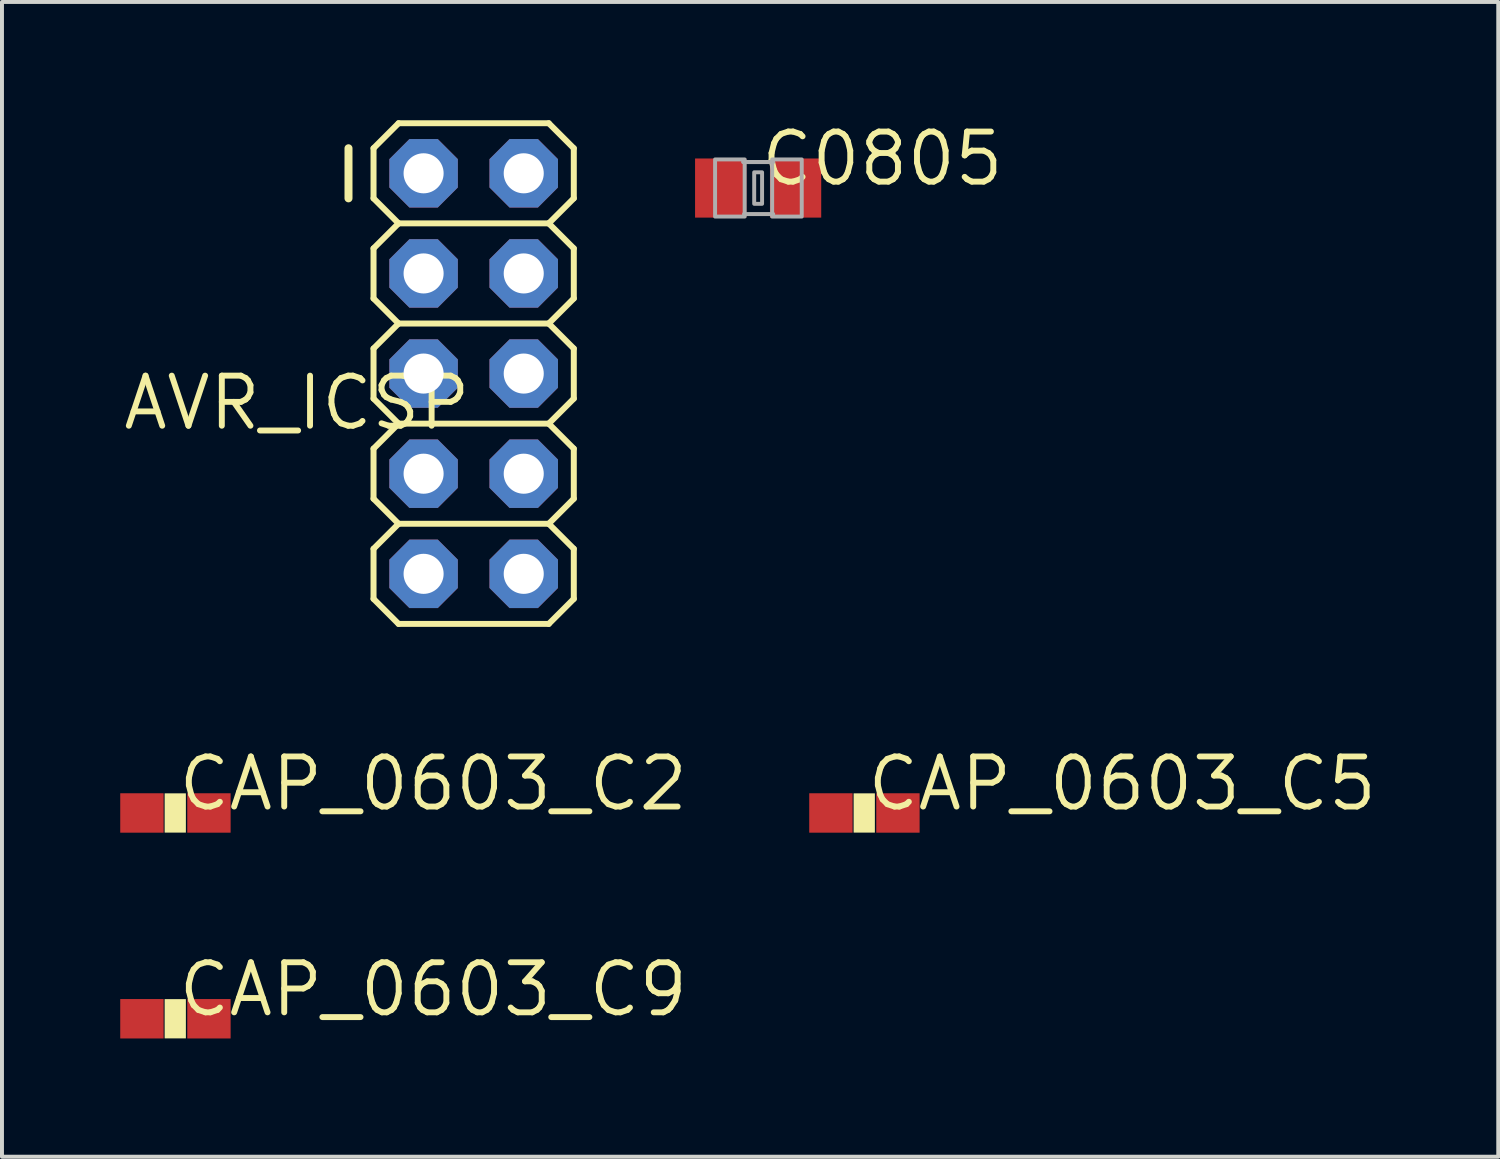
<source format=kicad_pcb>
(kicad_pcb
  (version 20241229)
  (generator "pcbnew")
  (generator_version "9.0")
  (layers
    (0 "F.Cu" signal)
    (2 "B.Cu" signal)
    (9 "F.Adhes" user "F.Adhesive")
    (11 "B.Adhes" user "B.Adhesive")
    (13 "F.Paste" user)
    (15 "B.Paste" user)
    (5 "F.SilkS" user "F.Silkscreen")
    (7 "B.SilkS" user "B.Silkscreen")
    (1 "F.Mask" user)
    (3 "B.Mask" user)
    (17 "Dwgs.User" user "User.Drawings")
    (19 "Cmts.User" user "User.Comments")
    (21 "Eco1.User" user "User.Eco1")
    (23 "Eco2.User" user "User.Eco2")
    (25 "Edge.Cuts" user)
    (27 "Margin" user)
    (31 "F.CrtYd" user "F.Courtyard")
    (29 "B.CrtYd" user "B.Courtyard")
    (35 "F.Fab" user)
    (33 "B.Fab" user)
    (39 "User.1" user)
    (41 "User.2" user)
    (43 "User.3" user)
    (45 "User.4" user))
  (footprint "CAP_0603_C9"
    (layer "F.Cu")
    (at 1.4 22.792)
    (property "Reference" "CAP_0603_C9" (at 0 0 0) (layer "F.SilkS") (effects (font (size 1.27 1.27) (thickness 0.15)) (justify left bottom)))
    (fp_poly (pts (xy -0.274 -0.498) (xy 0.265 -0.498) (xy 0.265 0.498) (xy -0.274 0.498)) (stroke (width 0) (type default)) (fill yes) (layer "F.SilkS"))
    (pad "1" smd rect (at -0.85 0 90) (size 1 1.1) (layers "F.Cu" "F.Mask" "F.Paste"))
    (pad "2" smd rect (at 0.85 0 90) (size 1 1.1) (layers "F.Cu" "F.Mask" "F.Paste")))
  (footprint "AVR_ICSP"
    (layer "F.Cu")
    (at 8.965 6.426)
    (property "Reference" "AVR_ICSP" (at 0 0 180) (layer "F.SilkS") (effects (font (size 1.27 1.27) (thickness 0.15)) (justify right top)))
    (fp_poly (pts (xy -0.401 -5.44) (xy -0.401 -4.72) (xy -0.91 -4.211) (xy -1.63 -4.211) (xy -2.139 -4.72) (xy -2.139 -5.44) (xy -1.63 -5.949) (xy -0.91 -5.949)) (stroke (width 0) (type default)) (fill yes) (layer "F.Mask"))
    (fp_poly (pts (xy -0.401 -2.9) (xy -0.401 -2.18) (xy -0.91 -1.671) (xy -1.63 -1.671) (xy -2.139 -2.18) (xy -2.139 -2.9) (xy -1.63 -3.409) (xy -0.91 -3.409)) (stroke (width 0) (type default)) (fill yes) (layer "F.Mask"))
    (fp_poly (pts (xy -0.401 -0.36) (xy -0.401 0.36) (xy -0.91 0.869) (xy -1.63 0.869) (xy -2.139 0.36) (xy -2.139 -0.36) (xy -1.63 -0.869) (xy -0.91 -0.869)) (stroke (width 0) (type default)) (fill yes) (layer "F.Mask"))
    (fp_poly (pts (xy -0.401 2.18) (xy -0.401 2.9) (xy -0.91 3.409) (xy -1.63 3.409) (xy -2.139 2.9) (xy -2.139 2.18) (xy -1.63 1.671) (xy -0.91 1.671)) (stroke (width 0) (type default)) (fill yes) (layer "F.Mask"))
    (fp_poly (pts (xy -0.401 4.72) (xy -0.401 5.44) (xy -0.91 5.949) (xy -1.63 5.949) (xy -2.139 5.44) (xy -2.139 4.72) (xy -1.63 4.211) (xy -0.91 4.211)) (stroke (width 0) (type default)) (fill yes) (layer "F.Mask"))
    (fp_poly (pts (xy 2.139 -5.44) (xy 2.139 -4.72) (xy 1.63 -4.211) (xy 0.91 -4.211) (xy 0.401 -4.72) (xy 0.401 -5.44) (xy 0.91 -5.949) (xy 1.63 -5.949)) (stroke (width 0) (type default)) (fill yes) (layer "F.Mask"))
    (fp_poly (pts (xy 2.139 -2.9) (xy 2.139 -2.18) (xy 1.63 -1.671) (xy 0.91 -1.671) (xy 0.401 -2.18) (xy 0.401 -2.9) (xy 0.91 -3.409) (xy 1.63 -3.409)) (stroke (width 0) (type default)) (fill yes) (layer "F.Mask"))
    (fp_poly (pts (xy 2.139 -0.36) (xy 2.139 0.36) (xy 1.63 0.869) (xy 0.91 0.869) (xy 0.401 0.36) (xy 0.401 -0.36) (xy 0.91 -0.869) (xy 1.63 -0.869)) (stroke (width 0) (type default)) (fill yes) (layer "F.Mask"))
    (fp_poly (pts (xy 2.139 2.18) (xy 2.139 2.9) (xy 1.63 3.409) (xy 0.91 3.409) (xy 0.401 2.9) (xy 0.401 2.18) (xy 0.91 1.671) (xy 1.63 1.671)) (stroke (width 0) (type default)) (fill yes) (layer "F.Mask"))
    (fp_poly (pts (xy 2.139 4.72) (xy 2.139 5.44) (xy 1.63 5.949) (xy 0.91 5.949) (xy 0.401 5.44) (xy 0.401 4.72) (xy 0.91 4.211) (xy 1.63 4.211)) (stroke (width 0) (type default)) (fill yes) (layer "F.Mask"))
    (fp_poly (pts (xy -0.401 -5.44) (xy -0.401 -4.72) (xy -0.91 -4.211) (xy -1.63 -4.211) (xy -2.139 -4.72) (xy -2.139 -5.44) (xy -1.63 -5.949) (xy -0.91 -5.949)) (stroke (width 0) (type default)) (fill yes) (layer "B.Mask"))
    (fp_poly (pts (xy -0.401 -2.9) (xy -0.401 -2.18) (xy -0.91 -1.671) (xy -1.63 -1.671) (xy -2.139 -2.18) (xy -2.139 -2.9) (xy -1.63 -3.409) (xy -0.91 -3.409)) (stroke (width 0) (type default)) (fill yes) (layer "B.Mask"))
    (fp_poly (pts (xy -0.401 -0.36) (xy -0.401 0.36) (xy -0.91 0.869) (xy -1.63 0.869) (xy -2.139 0.36) (xy -2.139 -0.36) (xy -1.63 -0.869) (xy -0.91 -0.869)) (stroke (width 0) (type default)) (fill yes) (layer "B.Mask"))
    (fp_poly (pts (xy -0.401 2.18) (xy -0.401 2.9) (xy -0.91 3.409) (xy -1.63 3.409) (xy -2.139 2.9) (xy -2.139 2.18) (xy -1.63 1.671) (xy -0.91 1.671)) (stroke (width 0) (type default)) (fill yes) (layer "B.Mask"))
    (fp_poly (pts (xy -0.401 4.72) (xy -0.401 5.44) (xy -0.91 5.949) (xy -1.63 5.949) (xy -2.139 5.44) (xy -2.139 4.72) (xy -1.63 4.211) (xy -0.91 4.211)) (stroke (width 0) (type default)) (fill yes) (layer "B.Mask"))
    (fp_poly (pts (xy 2.139 -5.44) (xy 2.139 -4.72) (xy 1.63 -4.211) (xy 0.91 -4.211) (xy 0.401 -4.72) (xy 0.401 -5.44) (xy 0.91 -5.949) (xy 1.63 -5.949)) (stroke (width 0) (type default)) (fill yes) (layer "B.Mask"))
    (fp_poly (pts (xy 2.139 -2.9) (xy 2.139 -2.18) (xy 1.63 -1.671) (xy 0.91 -1.671) (xy 0.401 -2.18) (xy 0.401 -2.9) (xy 0.91 -3.409) (xy 1.63 -3.409)) (stroke (width 0) (type default)) (fill yes) (layer "B.Mask"))
    (fp_poly (pts (xy 2.139 -0.36) (xy 2.139 0.36) (xy 1.63 0.869) (xy 0.91 0.869) (xy 0.401 0.36) (xy 0.401 -0.36) (xy 0.91 -0.869) (xy 1.63 -0.869)) (stroke (width 0) (type default)) (fill yes) (layer "B.Mask"))
    (fp_poly (pts (xy 2.139 2.18) (xy 2.139 2.9) (xy 1.63 3.409) (xy 0.91 3.409) (xy 0.401 2.9) (xy 0.401 2.18) (xy 0.91 1.671) (xy 1.63 1.671)) (stroke (width 0) (type default)) (fill yes) (layer "B.Mask"))
    (fp_poly (pts (xy 2.139 4.72) (xy 2.139 5.44) (xy 1.63 5.949) (xy 0.91 5.949) (xy 0.401 5.44) (xy 0.401 4.72) (xy 0.91 4.211) (xy 1.63 4.211)) (stroke (width 0) (type default)) (fill yes) (layer "B.Mask"))
    (fp_line (start -3.175 -5.715) (end -3.175 -4.445) (stroke (width 0.203) (type solid)) (layer "F.SilkS"))
    (fp_line (start -2.54 -5.715) (end -2.54 -4.445) (stroke (width 0.152) (type solid)) (layer "F.SilkS"))
    (fp_line (start -2.54 -4.445) (end -1.905 -3.81) (stroke (width 0.152) (type solid)) (layer "F.SilkS"))
    (fp_line (start -2.54 -3.175) (end -2.54 -1.905) (stroke (width 0.152) (type solid)) (layer "F.SilkS"))
    (fp_line (start -2.54 -1.905) (end -1.905 -1.27) (stroke (width 0.152) (type solid)) (layer "F.SilkS"))
    (fp_line (start -2.54 -0.635) (end -2.54 0.635) (stroke (width 0.152) (type solid)) (layer "F.SilkS"))
    (fp_line (start -2.54 0.635) (end -1.905 1.27) (stroke (width 0.152) (type solid)) (layer "F.SilkS"))
    (fp_line (start -2.54 1.905) (end -2.54 3.175) (stroke (width 0.152) (type solid)) (layer "F.SilkS"))
    (fp_line (start -2.54 3.175) (end -1.905 3.81) (stroke (width 0.152) (type solid)) (layer "F.SilkS"))
    (fp_line (start -2.54 4.445) (end -2.54 5.715) (stroke (width 0.152) (type solid)) (layer "F.SilkS"))
    (fp_line (start -2.54 5.715) (end -1.905 6.35) (stroke (width 0.152) (type solid)) (layer "F.SilkS"))
    (fp_line (start -1.905 -6.35) (end -2.54 -5.715) (stroke (width 0.152) (type solid)) (layer "F.SilkS"))
    (fp_line (start -1.905 -6.35) (end 1.905 -6.35) (stroke (width 0.152) (type solid)) (layer "F.SilkS"))
    (fp_line (start -1.905 -3.81) (end -2.54 -3.175) (stroke (width 0.152) (type solid)) (layer "F.SilkS"))
    (fp_line (start -1.905 -1.27) (end -2.54 -0.635) (stroke (width 0.152) (type solid)) (layer "F.SilkS"))
    (fp_line (start -1.905 1.27) (end -2.54 1.905) (stroke (width 0.152) (type solid)) (layer "F.SilkS"))
    (fp_line (start -1.905 3.81) (end -2.54 4.445) (stroke (width 0.152) (type solid)) (layer "F.SilkS"))
    (fp_line (start 1.905 -6.35) (end 2.54 -5.715) (stroke (width 0.152) (type solid)) (layer "F.SilkS"))
    (fp_line (start 1.905 -3.81) (end -1.905 -3.81) (stroke (width 0.152) (type solid)) (layer "F.SilkS"))
    (fp_line (start 1.905 -3.81) (end 2.54 -3.175) (stroke (width 0.152) (type solid)) (layer "F.SilkS"))
    (fp_line (start 1.905 -1.27) (end -1.905 -1.27) (stroke (width 0.152) (type solid)) (layer "F.SilkS"))
    (fp_line (start 1.905 -1.27) (end 2.54 -0.635) (stroke (width 0.152) (type solid)) (layer "F.SilkS"))
    (fp_line (start 1.905 1.27) (end -1.905 1.27) (stroke (width 0.152) (type solid)) (layer "F.SilkS"))
    (fp_line (start 1.905 1.27) (end 2.54 1.905) (stroke (width 0.152) (type solid)) (layer "F.SilkS"))
    (fp_line (start 1.905 3.81) (end -1.905 3.81) (stroke (width 0.152) (type solid)) (layer "F.SilkS"))
    (fp_line (start 1.905 3.81) (end 2.54 4.445) (stroke (width 0.152) (type solid)) (layer "F.SilkS"))
    (fp_line (start 1.905 6.35) (end -1.905 6.35) (stroke (width 0.152) (type solid)) (layer "F.SilkS"))
    (fp_line (start 2.54 -5.715) (end 2.54 -4.445) (stroke (width 0.152) (type solid)) (layer "F.SilkS"))
    (fp_line (start 2.54 -4.445) (end 1.905 -3.81) (stroke (width 0.152) (type solid)) (layer "F.SilkS"))
    (fp_line (start 2.54 -3.175) (end 2.54 -1.905) (stroke (width 0.152) (type solid)) (layer "F.SilkS"))
    (fp_line (start 2.54 -1.905) (end 1.905 -1.27) (stroke (width 0.152) (type solid)) (layer "F.SilkS"))
    (fp_line (start 2.54 -0.635) (end 2.54 0.635) (stroke (width 0.152) (type solid)) (layer "F.SilkS"))
    (fp_line (start 2.54 0.635) (end 1.905 1.27) (stroke (width 0.152) (type solid)) (layer "F.SilkS"))
    (fp_line (start 2.54 1.905) (end 2.54 3.175) (stroke (width 0.152) (type solid)) (layer "F.SilkS"))
    (fp_line (start 2.54 3.175) (end 1.905 3.81) (stroke (width 0.152) (type solid)) (layer "F.SilkS"))
    (fp_line (start 2.54 4.445) (end 2.54 5.715) (stroke (width 0.152) (type solid)) (layer "F.SilkS"))
    (fp_line (start 2.54 5.715) (end 1.905 6.35) (stroke (width 0.152) (type solid)) (layer "F.SilkS"))
    (fp_poly (pts (xy -1.016 -0.254) (xy -1.523 -0.254) (xy -1.523 0.254) (xy -1.016 0.254)) (stroke (width 0) (type default)) (fill yes) (layer "F.SilkS"))
    (fp_poly (pts (xy -1.016 -5.334) (xy -1.523 -5.334) (xy -1.523 -4.826) (xy -1.016 -4.826)) (stroke (width 0.1) (type default)) (fill no) (layer "F.Fab"))
    (fp_poly (pts (xy -1.016 -2.794) (xy -1.523 -2.794) (xy -1.523 -2.286) (xy -1.016 -2.286)) (stroke (width 0.1) (type default)) (fill no) (layer "F.Fab"))
    (fp_poly (pts (xy -1.016 2.286) (xy -1.523 2.286) (xy -1.523 2.794) (xy -1.016 2.794)) (stroke (width 0.1) (type default)) (fill no) (layer "F.Fab"))
    (fp_poly (pts (xy -1.016 4.826) (xy -1.523 4.826) (xy -1.523 5.334) (xy -1.016 5.334)) (stroke (width 0.1) (type default)) (fill no) (layer "F.Fab"))
    (fp_poly (pts (xy 1.524 -5.334) (xy 1.016 -5.334) (xy 1.016 -4.826) (xy 1.524 -4.826)) (stroke (width 0.1) (type default)) (fill no) (layer "F.Fab"))
    (fp_poly (pts (xy 1.524 -2.794) (xy 1.016 -2.794) (xy 1.016 -2.286) (xy 1.524 -2.286)) (stroke (width 0.1) (type default)) (fill no) (layer "F.Fab"))
    (fp_poly (pts (xy 1.524 -0.254) (xy 1.016 -0.254) (xy 1.016 0.254) (xy 1.524 0.254)) (stroke (width 0.1) (type default)) (fill no) (layer "F.Fab"))
    (fp_poly (pts (xy 1.524 2.286) (xy 1.016 2.286) (xy 1.016 2.794) (xy 1.524 2.794)) (stroke (width 0.1) (type default)) (fill no) (layer "F.Fab"))
    (fp_poly (pts (xy 1.524 4.826) (xy 1.016 4.826) (xy 1.016 5.334) (xy 1.524 5.334)) (stroke (width 0.1) (type default)) (fill no) (layer "F.Fab"))
    (pad "1" thru_hole roundrect (at -1.27 -5.08 270) (size 1.737 1.737) (drill 1.016) (layers "*.Cu") (roundrect_rratio 0.25) (chamfer_ratio 0.293) (chamfer top_left top_right bottom_left bottom_right))
    (pad "2" thru_hole roundrect (at 1.27 -5.08 270) (size 1.737 1.737) (drill 1.016) (layers "*.Cu") (roundrect_rratio 0.25) (chamfer_ratio 0.293) (chamfer top_left top_right bottom_left bottom_right))
    (pad "3" thru_hole roundrect (at -1.27 -2.54 270) (size 1.737 1.737) (drill 1.016) (layers "*.Cu") (roundrect_rratio 0.25) (chamfer_ratio 0.293) (chamfer top_left top_right bottom_left bottom_right))
    (pad "4" thru_hole roundrect (at 1.27 -2.54 270) (size 1.737 1.737) (drill 1.016) (layers "*.Cu") (roundrect_rratio 0.25) (chamfer_ratio 0.293) (chamfer top_left top_right bottom_left bottom_right))
    (pad "5" thru_hole roundrect (at -1.27 0 270) (size 1.737 1.737) (drill 1.016) (layers "*.Cu") (roundrect_rratio 0.25) (chamfer_ratio 0.293) (chamfer top_left top_right bottom_left bottom_right))
    (pad "6" thru_hole roundrect (at 1.27 0 270) (size 1.737 1.737) (drill 1.016) (layers "*.Cu") (roundrect_rratio 0.25) (chamfer_ratio 0.293) (chamfer top_left top_right bottom_left bottom_right))
    (pad "7" thru_hole roundrect (at -1.27 2.54 270) (size 1.737 1.737) (drill 1.016) (layers "*.Cu") (roundrect_rratio 0.25) (chamfer_ratio 0.293) (chamfer top_left top_right bottom_left bottom_right))
    (pad "8" thru_hole roundrect (at 1.27 2.54 270) (size 1.737 1.737) (drill 1.016) (layers "*.Cu") (roundrect_rratio 0.25) (chamfer_ratio 0.293) (chamfer top_left top_right bottom_left bottom_right))
    (pad "9" thru_hole roundrect (at -1.27 5.08 270) (size 1.737 1.737) (drill 1.016) (layers "*.Cu") (roundrect_rratio 0.25) (chamfer_ratio 0.293) (chamfer top_left top_right bottom_left bottom_right))
    (pad "10" thru_hole roundrect (at 1.27 5.08 270) (size 1.737 1.737) (drill 1.016) (layers "*.Cu") (roundrect_rratio 0.25) (chamfer_ratio 0.293) (chamfer top_left top_right bottom_left bottom_right)))
  (footprint "CAP_0603_C2"
    (layer "F.Cu")
    (at 1.4 17.572)
    (property "Reference" "CAP_0603_C2" (at 0 0 0) (layer "F.SilkS") (effects (font (size 1.27 1.27) (thickness 0.15)) (justify left bottom)))
    (fp_poly (pts (xy -0.274 -0.498) (xy 0.265 -0.498) (xy 0.265 0.498) (xy -0.274 0.498)) (stroke (width 0) (type default)) (fill yes) (layer "F.SilkS"))
    (pad "1" smd rect (at -0.85 0 90) (size 1 1.1) (layers "F.Cu" "F.Mask" "F.Paste"))
    (pad "2" smd rect (at 0.85 0 90) (size 1 1.1) (layers "F.Cu" "F.Mask" "F.Paste")))
  (footprint "CAP_0603_C5"
    (layer "F.Cu")
    (at 18.877 17.572)
    (property "Reference" "CAP_0603_C5" (at 0 0 0) (layer "F.SilkS") (effects (font (size 1.27 1.27) (thickness 0.15)) (justify left bottom)))
    (fp_poly (pts (xy -0.274 -0.498) (xy 0.265 -0.498) (xy 0.265 0.498) (xy -0.274 0.498)) (stroke (width 0) (type default)) (fill yes) (layer "F.SilkS"))
    (pad "1" smd rect (at -0.85 0 90) (size 1 1.1) (layers "F.Cu" "F.Mask" "F.Paste"))
    (pad "2" smd rect (at 0.85 0 90) (size 1 1.1) (layers "F.Cu" "F.Mask" "F.Paste")))
  (footprint "C0805"
    (layer "F.Cu")
    (at 16.181 1.72)
    (property "Reference" "C0805" (at 0 0 0) (layer "F.SilkS") (effects (font (size 1.27 1.27) (thickness 0.15)) (justify left bottom)))
    (fp_line (start -0.381 -0.66) (end 0.381 -0.66) (stroke (width 0.102) (type solid)) (layer "F.Fab"))
    (fp_line (start -0.356 0.66) (end 0.381 0.66) (stroke (width 0.102) (type solid)) (layer "F.Fab"))
    (fp_poly (pts (xy -1.092 0.724) (xy -0.342 0.724) (xy -0.342 -0.726) (xy -1.092 -0.726)) (stroke (width 0.1) (type default)) (fill no) (layer "F.Fab"))
    (fp_poly (pts (xy -0.1 0.4) (xy 0.1 0.4) (xy 0.1 -0.4) (xy -0.1 -0.4)) (stroke (width 0.1) (type default)) (fill no) (layer "F.Fab"))
    (fp_poly (pts (xy 0.356 0.724) (xy 1.106 0.724) (xy 1.106 -0.726) (xy 0.356 -0.726)) (stroke (width 0.1) (type default)) (fill no) (layer "F.Fab"))
    (pad "1" smd rect (at -0.95 0) (size 1.3 1.5) (layers "F.Cu" "F.Mask" "F.Paste"))
    (pad "2" smd rect (at 0.95 0) (size 1.3 1.5) (layers "F.Cu" "F.Mask" "F.Paste")))
  (gr_rect
    (start -3 -3)
    (end 34.955 26.292)
    (stroke (width 0.1) (type default))
    (fill no)
    (layer "Edge.Cuts")))
</source>
